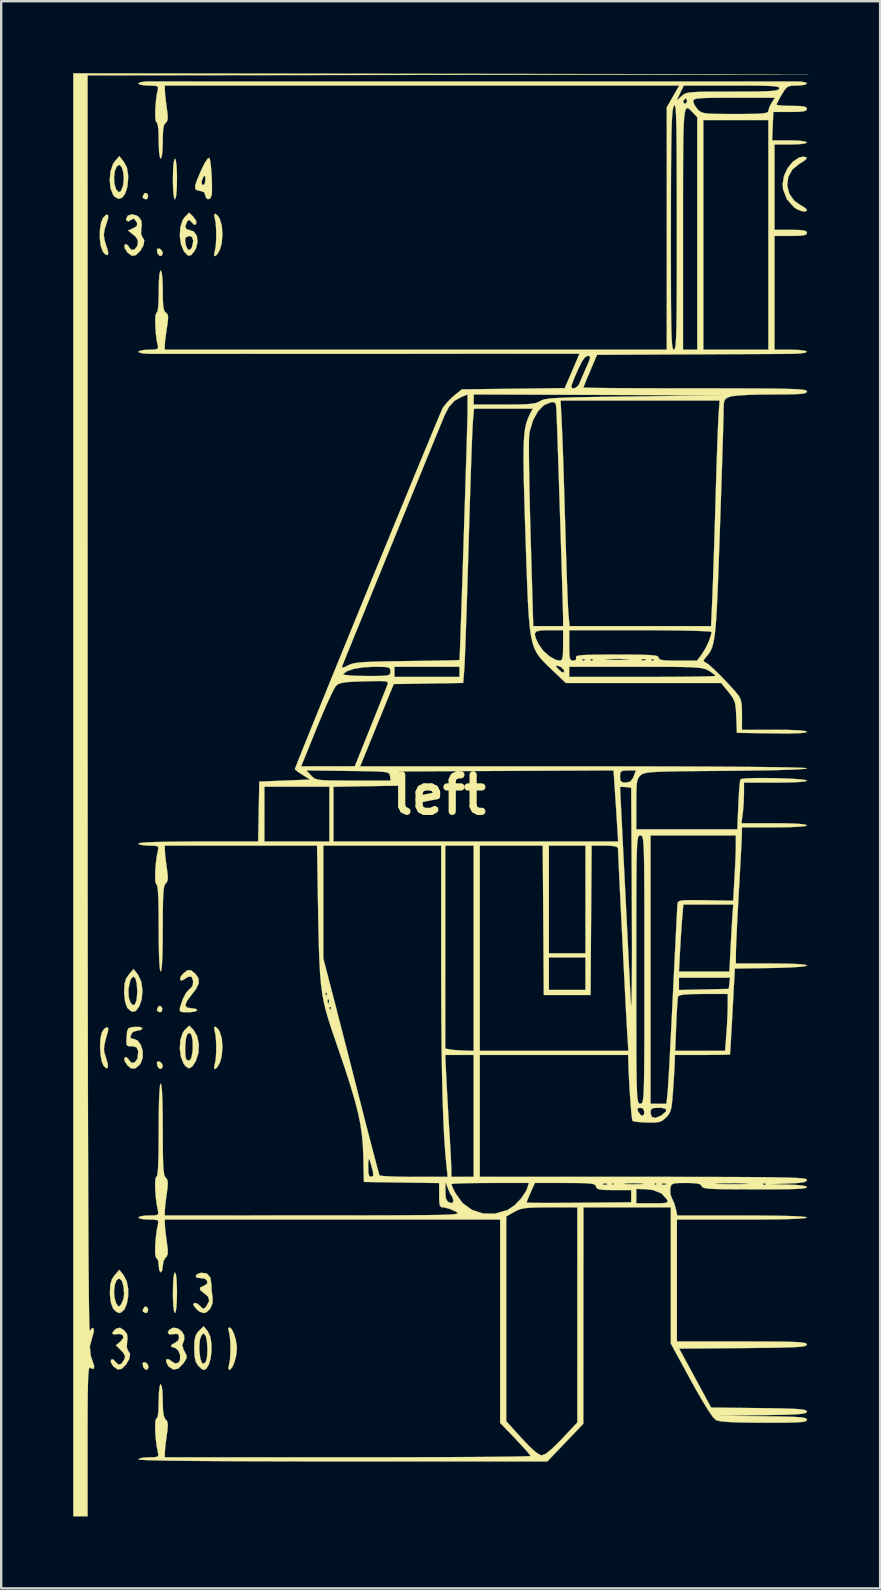
<source format=kicad_pcb>
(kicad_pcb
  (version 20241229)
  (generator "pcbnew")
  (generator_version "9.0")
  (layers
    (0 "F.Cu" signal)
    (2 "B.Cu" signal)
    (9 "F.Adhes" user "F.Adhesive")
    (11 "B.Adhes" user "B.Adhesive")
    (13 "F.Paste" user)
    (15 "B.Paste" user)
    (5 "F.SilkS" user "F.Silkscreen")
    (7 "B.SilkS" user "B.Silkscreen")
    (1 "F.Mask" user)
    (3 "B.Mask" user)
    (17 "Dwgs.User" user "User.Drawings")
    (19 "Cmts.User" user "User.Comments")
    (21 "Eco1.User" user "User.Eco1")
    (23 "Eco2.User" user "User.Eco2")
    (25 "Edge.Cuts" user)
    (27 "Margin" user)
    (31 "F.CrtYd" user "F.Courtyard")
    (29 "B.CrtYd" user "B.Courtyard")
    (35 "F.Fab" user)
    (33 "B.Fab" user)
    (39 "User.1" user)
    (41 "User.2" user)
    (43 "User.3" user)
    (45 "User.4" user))
  (footprint "left"
    (layer "F.Cu")
    (at 15.245 30.062)
    (property "Reference" "left" (at 0 0 0) (layer "F.SilkS") (effects (font (size 1.524 1.524) (thickness 0.3))))
    (attr through_hole)
    (fp_poly (pts (xy -12.176 -25.063) (xy -12.123 -24.956) (xy -12.156 -24.83) (xy -12.234 -24.807) (xy -12.341 -24.868) (xy -12.346 -24.939) (xy -12.273 -25.069) (xy -12.176 -25.063)) (stroke (width 0.01) (type solid)) (fill yes) (layer "F.SilkS"))
    (fp_poly (pts (xy -12.176 21.335) (xy -12.123 21.442) (xy -12.156 21.568) (xy -12.234 21.59) (xy -12.341 21.529) (xy -12.346 21.459) (xy -12.273 21.328) (xy -12.176 21.335)) (stroke (width 0.01) (type solid)) (fill yes) (layer "F.SilkS"))
    (fp_poly (pts (xy -11.584 8.804) (xy -11.531 8.911) (xy -11.564 9.037) (xy -11.642 9.059) (xy -11.749 8.999) (xy -11.754 8.928) (xy -11.68 8.798) (xy -11.584 8.804)) (stroke (width 0.01) (type solid)) (fill yes) (layer "F.SilkS"))
    (fp_poly (pts (xy -12.137 23.733) (xy -12.107 23.839) (xy -12.155 23.947) (xy -12.254 23.936) (xy -12.332 23.83) (xy -12.352 23.691) (xy -12.335 23.652) (xy -12.234 23.641) (xy -12.137 23.733)) (stroke (width 0.01) (type solid)) (fill yes) (layer "F.SilkS"))
    (fp_poly (pts (xy -11.545 -22.664) (xy -11.515 -22.559) (xy -11.562 -22.45) (xy -11.662 -22.461) (xy -11.739 -22.567) (xy -11.759 -22.706) (xy -11.742 -22.745) (xy -11.642 -22.756) (xy -11.545 -22.664)) (stroke (width 0.01) (type solid)) (fill yes) (layer "F.SilkS"))
    (fp_poly (pts (xy -11.545 11.203) (xy -11.515 11.308) (xy -11.562 11.417) (xy -11.662 11.406) (xy -11.739 11.299) (xy -11.759 11.161) (xy -11.742 11.122) (xy -11.642 11.111) (xy -11.545 11.203)) (stroke (width 0.01) (type solid)) (fill yes) (layer "F.SilkS"))
    (fp_poly (pts (xy -10.967 -26.42) (xy -10.939 -26.195) (xy -10.924 -25.849) (xy -10.922 -25.654) (xy -10.93 -25.261) (xy -10.953 -24.976) (xy -10.987 -24.825) (xy -11.007 -24.807) (xy -11.046 -24.888) (xy -11.074 -25.113) (xy -11.09 -25.459) (xy -11.091 -25.654) (xy -11.083 -26.047) (xy -11.061 -26.332) (xy -11.026 -26.483) (xy -11.007 -26.501) (xy -10.967 -26.42)) (stroke (width 0.01) (type solid)) (fill yes) (layer "F.SilkS"))
    (fp_poly (pts (xy -10.967 19.977) (xy -10.939 20.202) (xy -10.924 20.548) (xy -10.922 20.743) (xy -10.93 21.137) (xy -10.953 21.421) (xy -10.987 21.572) (xy -11.007 21.59) (xy -11.046 21.51) (xy -11.074 21.284) (xy -11.09 20.939) (xy -11.091 20.743) (xy -11.083 20.35) (xy -11.061 20.066) (xy -11.026 19.915) (xy -11.007 19.897) (xy -10.967 19.977)) (stroke (width 0.01) (type solid)) (fill yes) (layer "F.SilkS"))
    (fp_poly (pts (xy -9.218 -24.119) (xy -9.143 -24.002) (xy -9.055 -23.714) (xy -9.027 -23.344) (xy -9.061 -22.969) (xy -9.133 -22.712) (xy -9.234 -22.529) (xy -9.326 -22.442) (xy -9.378 -22.461) (xy -9.36 -22.6) (xy -9.35 -22.627) (xy -9.308 -22.852) (xy -9.287 -23.175) (xy -9.289 -23.528) (xy -9.312 -23.841) (xy -9.35 -24.024) (xy -9.376 -24.177) (xy -9.321 -24.207) (xy -9.218 -24.119)) (stroke (width 0.01) (type solid)) (fill yes) (layer "F.SilkS"))
    (fp_poly (pts (xy -9.218 9.748) (xy -9.143 9.865) (xy -9.055 10.152) (xy -9.027 10.522) (xy -9.061 10.898) (xy -9.133 11.155) (xy -9.234 11.337) (xy -9.326 11.425) (xy -9.378 11.405) (xy -9.36 11.267) (xy -9.35 11.239) (xy -9.308 11.015) (xy -9.287 10.692) (xy -9.289 10.339) (xy -9.312 10.026) (xy -9.35 9.842) (xy -9.376 9.69) (xy -9.321 9.659) (xy -9.218 9.748)) (stroke (width 0.01) (type solid)) (fill yes) (layer "F.SilkS"))
    (fp_poly (pts (xy -13.797 -24.157) (xy -13.789 -24.025) (xy -13.848 -23.835) (xy -13.931 -23.576) (xy -13.97 -23.341) (xy -13.97 -23.326) (xy -13.937 -23.098) (xy -13.856 -22.836) (xy -13.848 -22.817) (xy -13.785 -22.597) (xy -13.806 -22.484) (xy -13.894 -22.498) (xy -14.007 -22.623) (xy -14.095 -22.852) (xy -14.137 -23.177) (xy -14.133 -23.529) (xy -14.084 -23.843) (xy -14.007 -24.028) (xy -13.876 -24.165) (xy -13.797 -24.157)) (stroke (width 0.01) (type solid)) (fill yes) (layer "F.SilkS"))
    (fp_poly (pts (xy -8.643 22.259) (xy -8.547 22.453) (xy -8.469 22.715) (xy -8.429 22.996) (xy -8.426 23.072) (xy -8.453 23.348) (xy -8.522 23.621) (xy -8.615 23.839) (xy -8.714 23.954) (xy -8.741 23.961) (xy -8.784 23.894) (xy -8.758 23.77) (xy -8.715 23.546) (xy -8.694 23.222) (xy -8.696 22.87) (xy -8.72 22.557) (xy -8.758 22.373) (xy -8.782 22.222) (xy -8.741 22.183) (xy -8.643 22.259)) (stroke (width 0.01) (type solid)) (fill yes) (layer "F.SilkS"))
    (fp_poly (pts (xy -13.786 9.716) (xy -13.792 9.832) (xy -13.893 10.19) (xy -13.949 10.432) (xy -13.964 10.605) (xy -13.942 10.757) (xy -13.885 10.933) (xy -13.872 10.97) (xy -13.801 11.226) (xy -13.802 11.373) (xy -13.87 11.393) (xy -13.977 11.295) (xy -14.057 11.109) (xy -14.108 10.816) (xy -14.127 10.478) (xy -14.111 10.154) (xy -14.055 9.907) (xy -14.053 9.903) (xy -13.956 9.75) (xy -13.852 9.684) (xy -13.786 9.716)) (stroke (width 0.01) (type solid)) (fill yes) (layer "F.SilkS"))
    (fp_poly (pts (xy 15.305 -26.557) (xy 15.288 -26.477) (xy 15.117 -26.351) (xy 15.007 -26.289) (xy 14.713 -26.048) (xy 14.544 -25.735) (xy 14.502 -25.387) (xy 14.586 -25.046) (xy 14.796 -24.75) (xy 15.01 -24.596) (xy 15.204 -24.477) (xy 15.315 -24.384) (xy 15.324 -24.363) (xy 15.261 -24.301) (xy 15.105 -24.315) (xy 14.908 -24.395) (xy 14.784 -24.476) (xy 14.488 -24.81) (xy 14.33 -25.22) (xy 14.309 -25.442) (xy 14.367 -25.786) (xy 14.52 -26.112) (xy 14.739 -26.38) (xy 14.991 -26.548) (xy 15.167 -26.585) (xy 15.305 -26.557)) (stroke (width 0.01) (type solid)) (fill yes) (layer "F.SilkS"))
    (fp_poly (pts (xy -12.546 7.493) (xy -12.412 7.777) (xy -12.36 8.144) (xy -12.393 8.524) (xy -12.491 8.81) (xy -12.642 9.01) (xy -12.801 9.041) (xy -12.968 8.903) (xy -12.992 8.871) (xy -13.081 8.64) (xy -13.122 8.291) (xy -13.123 8.199) (xy -13.118 8.093) (xy -12.945 8.093) (xy -12.93 8.443) (xy -12.861 8.651) (xy -12.76 8.764) (xy -12.672 8.726) (xy -12.608 8.554) (xy -12.578 8.266) (xy -12.577 8.166) (xy -12.601 7.848) (xy -12.656 7.645) (xy -12.733 7.571) (xy -12.821 7.643) (xy -12.866 7.739) (xy -12.945 8.093) (xy -13.118 8.093) (xy -13.106 7.876) (xy -13.042 7.656) (xy -12.927 7.486) (xy -12.731 7.258) (xy -12.546 7.493)) (stroke (width 0.01) (type solid)) (fill yes) (layer "F.SilkS"))
    (fp_poly (pts (xy -10.233 9.795) (xy -10.082 10.051) (xy -10.012 10.394) (xy -10.029 10.762) (xy -10.134 11.086) (xy -10.286 11.323) (xy -10.42 11.399) (xy -10.556 11.319) (xy -10.641 11.206) (xy -10.758 10.92) (xy -10.793 10.657) (xy -10.581 10.657) (xy -10.567 10.893) (xy -10.53 11.031) (xy -10.525 11.037) (xy -10.412 11.08) (xy -10.326 10.966) (xy -10.274 10.705) (xy -10.265 10.577) (xy -10.269 10.253) (xy -10.311 10.028) (xy -10.382 9.922) (xy -10.474 9.959) (xy -10.497 9.991) (xy -10.544 10.142) (xy -10.573 10.385) (xy -10.581 10.657) (xy -10.793 10.657) (xy -10.804 10.57) (xy -10.78 10.218) (xy -10.688 9.924) (xy -10.604 9.805) (xy -10.414 9.614) (xy -10.233 9.795)) (stroke (width 0.01) (type solid)) (fill yes) (layer "F.SilkS"))
    (fp_poly (pts (xy -9.573 -26.536) (xy -9.538 -26.422) (xy -9.507 -26.185) (xy -9.482 -25.871) (xy -9.467 -25.525) (xy -9.464 -25.194) (xy -9.471 -24.998) (xy -9.528 -24.852) (xy -9.632 -24.81) (xy -9.719 -24.88) (xy -9.737 -24.971) (xy -9.797 -25.107) (xy -9.97 -25.162) (xy -10.1 -25.19) (xy -10.164 -25.257) (xy -10.161 -25.39) (xy -10.105 -25.56) (xy -9.896 -25.56) (xy -9.882 -25.431) (xy -9.821 -25.4) (xy -9.76 -25.473) (xy -9.738 -25.633) (xy -9.751 -25.781) (xy -9.794 -25.776) (xy -9.821 -25.739) (xy -9.896 -25.56) (xy -10.105 -25.56) (xy -10.087 -25.614) (xy -9.941 -25.957) (xy -9.899 -26.05) (xy -9.761 -26.328) (xy -9.647 -26.499) (xy -9.575 -26.538) (xy -9.573 -26.536)) (stroke (width 0.01) (type solid)) (fill yes) (layer "F.SilkS"))
    (fp_poly (pts (xy -13.139 -26.374) (xy -13.008 -26.135) (xy -12.958 -25.824) (xy -12.955 -25.706) (xy -12.989 -25.329) (xy -13.08 -25.045) (xy -13.21 -24.871) (xy -13.365 -24.826) (xy -13.53 -24.927) (xy -13.581 -24.991) (xy -13.69 -25.263) (xy -13.725 -25.615) (xy -13.714 -25.727) (xy -13.543 -25.727) (xy -13.53 -25.461) (xy -13.463 -25.233) (xy -13.458 -25.223) (xy -13.352 -25.105) (xy -13.256 -25.152) (xy -13.175 -25.362) (xy -13.164 -25.408) (xy -13.138 -25.67) (xy -13.16 -25.931) (xy -13.221 -26.14) (xy -13.309 -26.243) (xy -13.329 -26.247) (xy -13.436 -26.172) (xy -13.51 -25.981) (xy -13.543 -25.727) (xy -13.714 -25.727) (xy -13.689 -25.978) (xy -13.585 -26.283) (xy -13.52 -26.381) (xy -13.323 -26.609) (xy -13.139 -26.374)) (stroke (width 0.01) (type solid)) (fill yes) (layer "F.SilkS"))
    (fp_poly (pts (xy -13.139 20.023) (xy -13.015 20.269) (xy -12.955 20.576) (xy -12.955 20.901) (xy -13.01 21.204) (xy -13.114 21.443) (xy -13.261 21.576) (xy -13.335 21.59) (xy -13.467 21.526) (xy -13.584 21.402) (xy -13.673 21.17) (xy -13.714 20.822) (xy -13.716 20.729) (xy -13.713 20.671) (xy -13.542 20.671) (xy -13.527 20.94) (xy -13.459 21.171) (xy -13.451 21.187) (xy -13.371 21.312) (xy -13.303 21.291) (xy -13.239 21.208) (xy -13.154 21.008) (xy -13.124 20.791) (xy -13.152 20.463) (xy -13.223 20.239) (xy -13.328 20.151) (xy -13.335 20.151) (xy -13.441 20.226) (xy -13.512 20.416) (xy -13.542 20.671) (xy -13.713 20.671) (xy -13.699 20.407) (xy -13.635 20.186) (xy -13.52 20.017) (xy -13.323 19.788) (xy -13.139 20.023)) (stroke (width 0.01) (type solid)) (fill yes) (layer "F.SilkS"))
    (fp_poly (pts (xy -13.13 22.303) (xy -13.124 22.309) (xy -13.004 22.461) (xy -12.981 22.652) (xy -12.998 22.784) (xy -13.012 23.02) (xy -12.965 23.149) (xy -12.96 23.153) (xy -12.875 23.293) (xy -12.91 23.507) (xy -13.045 23.738) (xy -13.23 23.918) (xy -13.396 23.941) (xy -13.574 23.808) (xy -13.584 23.797) (xy -13.675 23.642) (xy -13.673 23.536) (xy -13.589 23.513) (xy -13.49 23.617) (xy -13.36 23.739) (xy -13.238 23.702) (xy -13.121 23.532) (xy -13.084 23.393) (xy -13.157 23.25) (xy -13.249 23.15) (xy -13.466 22.933) (xy -13.281 22.783) (xy -13.157 22.623) (xy -13.182 22.502) (xy -13.337 22.46) (xy -13.437 22.476) (xy -13.587 22.478) (xy -13.61 22.402) (xy -13.506 22.281) (xy -13.441 22.235) (xy -13.296 22.201) (xy -13.13 22.303)) (stroke (width 0.01) (type solid)) (fill yes) (layer "F.SilkS"))
    (fp_poly (pts (xy -10.16 7.451) (xy -10.023 7.647) (xy -10.015 7.855) (xy -10.14 8.106) (xy -10.287 8.297) (xy -10.495 8.574) (xy -10.572 8.756) (xy -10.52 8.858) (xy -10.339 8.89) (xy -10.329 8.89) (xy -10.151 8.915) (xy -10.075 8.974) (xy -10.075 8.975) (xy -10.151 9.025) (xy -10.343 9.055) (xy -10.458 9.059) (xy -10.691 9.054) (xy -10.794 9.018) (xy -10.806 8.924) (xy -10.785 8.826) (xy -10.682 8.517) (xy -10.546 8.255) (xy -10.405 8.093) (xy -10.367 8.072) (xy -10.274 7.96) (xy -10.247 7.778) (xy -10.293 7.615) (xy -10.335 7.574) (xy -10.458 7.582) (xy -10.58 7.66) (xy -10.723 7.743) (xy -10.792 7.706) (xy -10.771 7.587) (xy -10.671 7.454) (xy -10.49 7.31) (xy -10.338 7.309) (xy -10.16 7.451)) (stroke (width 0.01) (type solid)) (fill yes) (layer "F.SilkS"))
    (fp_poly (pts (xy -9.677 19.942) (xy -9.532 20.109) (xy -9.488 20.395) (xy -9.477 20.677) (xy -9.438 20.93) (xy -9.438 20.934) (xy -9.438 21.176) (xy -9.533 21.403) (xy -9.69 21.557) (xy -9.81 21.59) (xy -9.985 21.531) (xy -10.105 21.435) (xy -10.212 21.296) (xy -10.245 21.224) (xy -10.191 21.165) (xy -10.069 21.2) (xy -9.94 21.311) (xy -9.937 21.315) (xy -9.841 21.414) (xy -9.762 21.381) (xy -9.694 21.299) (xy -9.58 21.085) (xy -9.622 20.913) (xy -9.779 20.778) (xy -9.953 20.637) (xy -9.968 20.537) (xy -9.825 20.466) (xy -9.814 20.463) (xy -9.672 20.375) (xy -9.659 20.257) (xy -9.757 20.16) (xy -9.939 20.134) (xy -10.105 20.115) (xy -10.143 20.039) (xy -10.057 19.953) (xy -9.916 19.911) (xy -9.677 19.942)) (stroke (width 0.01) (type solid)) (fill yes) (layer "F.SilkS"))
    (fp_poly (pts (xy -9.647 22.34) (xy -9.541 22.555) (xy -9.488 22.846) (xy -9.483 23.17) (xy -9.522 23.486) (xy -9.6 23.75) (xy -9.713 23.92) (xy -9.813 23.961) (xy -9.913 23.904) (xy -10.041 23.782) (xy -10.139 23.624) (xy -10.189 23.393) (xy -10.202 23.065) (xy -10.199 22.953) (xy -9.992 22.953) (xy -9.985 23.23) (xy -9.949 23.482) (xy -9.887 23.656) (xy -9.821 23.707) (xy -9.738 23.639) (xy -9.703 23.573) (xy -9.664 23.37) (xy -9.654 23.09) (xy -9.671 22.805) (xy -9.711 22.583) (xy -9.738 22.521) (xy -9.818 22.437) (xy -9.893 22.504) (xy -9.905 22.521) (xy -9.967 22.699) (xy -9.992 22.953) (xy -10.199 22.953) (xy -10.192 22.746) (xy -10.15 22.541) (xy -10.063 22.393) (xy -10.007 22.333) (xy -9.811 22.14) (xy -9.647 22.34)) (stroke (width 0.01) (type solid)) (fill yes) (layer "F.SilkS"))
    (fp_poly (pts (xy -12.621 -24.144) (xy -12.52 -24.078) (xy -12.408 -23.929) (xy -12.389 -23.73) (xy -12.405 -23.613) (xy -12.419 -23.377) (xy -12.372 -23.248) (xy -12.367 -23.245) (xy -12.283 -23.104) (xy -12.317 -22.891) (xy -12.452 -22.66) (xy -12.638 -22.479) (xy -12.805 -22.456) (xy -12.98 -22.588) (xy -12.983 -22.591) (xy -13.096 -22.762) (xy -13.117 -22.895) (xy -13.048 -22.945) (xy -12.955 -22.877) (xy -12.923 -22.818) (xy -12.82 -22.701) (xy -12.688 -22.72) (xy -12.58 -22.86) (xy -12.562 -22.917) (xy -12.551 -23.103) (xy -12.651 -23.255) (xy -12.733 -23.325) (xy -12.961 -23.507) (xy -12.743 -23.606) (xy -12.595 -23.696) (xy -12.582 -23.802) (xy -12.62 -23.885) (xy -12.717 -24.003) (xy -12.809 -23.97) (xy -12.949 -23.881) (xy -13.03 -23.933) (xy -13.039 -23.997) (xy -12.972 -24.128) (xy -12.812 -24.18) (xy -12.621 -24.144)) (stroke (width 0.01) (type solid)) (fill yes) (layer "F.SilkS"))
    (fp_poly (pts (xy -12.467 9.672) (xy -12.364 9.718) (xy -12.361 9.732) (xy -12.433 9.8) (xy -12.564 9.821) (xy -12.741 9.871) (xy -12.818 9.955) (xy -12.864 10.106) (xy -12.823 10.156) (xy -12.755 10.16) (xy -12.564 10.234) (xy -12.425 10.424) (xy -12.349 10.68) (xy -12.35 10.955) (xy -12.439 11.198) (xy -12.485 11.256) (xy -12.671 11.406) (xy -12.839 11.396) (xy -12.983 11.275) (xy -13.096 11.105) (xy -13.117 10.971) (xy -13.048 10.922) (xy -12.955 10.989) (xy -12.923 11.049) (xy -12.818 11.165) (xy -12.684 11.147) (xy -12.579 11.01) (xy -12.567 10.971) (xy -12.533 10.682) (xy -12.611 10.517) (xy -12.803 10.472) (xy -12.814 10.473) (xy -12.954 10.473) (xy -13.019 10.419) (xy -13.031 10.267) (xy -13.022 10.092) (xy -13 9.851) (xy -12.948 9.731) (xy -12.827 9.684) (xy -12.679 9.668) (xy -12.467 9.672)) (stroke (width 0.01) (type solid)) (fill yes) (layer "F.SilkS"))
    (fp_poly (pts (xy -10.897 22.227) (xy -10.729 22.343) (xy -10.622 22.515) (xy -10.619 22.71) (xy -10.651 22.78) (xy -10.702 22.932) (xy -10.647 23.112) (xy -10.609 23.182) (xy -10.525 23.351) (xy -10.527 23.479) (xy -10.623 23.642) (xy -10.659 23.693) (xy -10.866 23.902) (xy -11.069 23.947) (xy -11.256 23.828) (xy -11.295 23.778) (xy -11.378 23.604) (xy -11.358 23.507) (xy -11.255 23.519) (xy -11.182 23.574) (xy -10.991 23.694) (xy -10.856 23.656) (xy -10.796 23.541) (xy -10.791 23.337) (xy -10.873 23.147) (xy -11.007 23.036) (xy -11.052 23.029) (xy -11.165 22.991) (xy -11.148 22.91) (xy -11.013 22.837) (xy -11.007 22.835) (xy -10.864 22.722) (xy -10.837 22.605) (xy -10.866 22.471) (xy -10.985 22.457) (xy -11.036 22.468) (xy -11.232 22.484) (xy -11.305 22.416) (xy -11.25 22.296) (xy -11.084 22.2) (xy -10.897 22.227)) (stroke (width 0.01) (type solid)) (fill yes) (layer "F.SilkS"))
    (fp_poly (pts (xy -10.234 -24.073) (xy -10.118 -23.903) (xy -10.12 -23.787) (xy -10.196 -23.739) (xy -10.301 -23.839) (xy -10.303 -23.842) (xy -10.402 -23.948) (xy -10.474 -23.915) (xy -10.501 -23.876) (xy -10.578 -23.679) (xy -10.525 -23.561) (xy -10.424 -23.537) (xy -10.218 -23.467) (xy -10.094 -23.286) (xy -10.062 -23.036) (xy -10.133 -22.759) (xy -10.194 -22.65) (xy -10.338 -22.477) (xy -10.463 -22.462) (xy -10.604 -22.605) (xy -10.645 -22.666) (xy -10.759 -22.948) (xy -10.781 -23.121) (xy -10.583 -23.121) (xy -10.554 -22.9) (xy -10.483 -22.737) (xy -10.414 -22.691) (xy -10.33 -22.758) (xy -10.296 -22.825) (xy -10.242 -23.076) (xy -10.295 -23.237) (xy -10.414 -23.283) (xy -10.556 -23.223) (xy -10.583 -23.121) (xy -10.781 -23.121) (xy -10.804 -23.297) (xy -10.78 -23.648) (xy -10.689 -23.941) (xy -10.604 -24.062) (xy -10.414 -24.252) (xy -10.234 -24.073)) (stroke (width 0.01) (type solid)) (fill yes) (layer "F.SilkS"))
    (fp_poly (pts (xy 15.367 -30.015) (xy -14.647 -29.972) (xy -14.645 -3.746) (xy -14.644 -0.943) (xy -14.643 1.693) (xy -14.642 4.162) (xy -14.64 6.467) (xy -14.638 8.608) (xy -14.635 10.588) (xy -14.632 12.408) (xy -14.628 14.069) (xy -14.623 15.574) (xy -14.619 16.922) (xy -14.613 18.117) (xy -14.608 19.16) (xy -14.601 20.051) (xy -14.594 20.794) (xy -14.587 21.389) (xy -14.579 21.837) (xy -14.571 22.141) (xy -14.562 22.302) (xy -14.555 22.329) (xy -14.455 22.213) (xy -14.393 22.234) (xy -14.384 22.362) (xy -14.441 22.563) (xy -14.552 22.974) (xy -14.516 23.366) (xy -14.443 23.575) (xy -14.371 23.804) (xy -14.387 23.918) (xy -14.485 23.901) (xy -14.534 23.865) (xy -14.564 23.863) (xy -14.588 23.923) (xy -14.607 24.058) (xy -14.622 24.283) (xy -14.633 24.611) (xy -14.64 25.056) (xy -14.645 25.634) (xy -14.647 26.357) (xy -14.647 26.914) (xy -14.647 30.057) (xy -15.24 30.057) (xy -15.24 -30.057) (xy 15.367 -30.015)) (stroke (width 0.01) (type solid)) (fill yes) (layer "F.SilkS"))
    (fp_poly (pts (xy 10.519 -29.719) (xy 11.477 -29.719) (xy 12.339 -29.719) (xy 13.094 -29.719) (xy 13.732 -29.719) (xy 14.241 -29.719) (xy 14.609 -29.719) (xy 14.827 -29.719) (xy 14.88 -29.719) (xy 15.129 -29.704) (xy 15.29 -29.666) (xy 15.325 -29.633) (xy 15.249 -29.585) (xy 15.054 -29.554) (xy 14.909 -29.549) (xy 14.659 -29.54) (xy 14.506 -29.487) (xy 14.385 -29.354) (xy 14.274 -29.174) (xy 14.149 -28.952) (xy 14.07 -28.794) (xy 14.055 -28.75) (xy 14.132 -28.727) (xy 14.338 -28.71) (xy 14.63 -28.702) (xy 14.69 -28.702) (xy 15.025 -28.695) (xy 15.221 -28.671) (xy 15.31 -28.624) (xy 15.325 -28.575) (xy 15.293 -28.511) (xy 15.18 -28.472) (xy 14.954 -28.453) (xy 14.624 -28.448) (xy 13.922 -28.448) (xy 13.898 -27.855) (xy 13.874 -27.263) (xy 14.599 -27.263) (xy 14.952 -27.253) (xy 15.202 -27.228) (xy 15.319 -27.189) (xy 15.325 -27.178) (xy 15.245 -27.136) (xy 15.029 -27.107) (xy 14.708 -27.094) (xy 14.647 -27.093) (xy 13.97 -27.093) (xy 13.97 -23.537) (xy 14.647 -23.537) (xy 14.995 -23.531) (xy 15.203 -23.51) (xy 15.303 -23.467) (xy 15.325 -23.41) (xy 15.293 -23.345) (xy 15.177 -23.306) (xy 14.947 -23.287) (xy 14.647 -23.283) (xy 13.97 -23.283) (xy 13.97 -18.542) (xy 14.647 -18.542) (xy 14.983 -18.532) (xy 15.218 -18.505) (xy 15.322 -18.465) (xy 15.325 -18.457) (xy 15.245 -18.416) (xy 15.026 -18.386) (xy 14.697 -18.37) (xy 14.584 -18.369) (xy 14.339 -18.368) (xy 13.946 -18.366) (xy 13.429 -18.363) (xy 12.81 -18.36) (xy 12.111 -18.357) (xy 11.354 -18.353) (xy 10.561 -18.349) (xy 10.211 -18.348) (xy 6.578 -18.33) (xy 6.295 -17.666) (xy 6.166 -17.361) (xy 6.068 -17.121) (xy 6.016 -16.985) (xy 6.011 -16.967) (xy 6.093 -16.961) (xy 6.33 -16.955) (xy 6.705 -16.95) (xy 7.203 -16.945) (xy 7.81 -16.941) (xy 8.509 -16.937) (xy 9.286 -16.935) (xy 10.126 -16.934) (xy 10.668 -16.933) (xy 11.684 -16.933) (xy 12.543 -16.931) (xy 13.259 -16.928) (xy 13.843 -16.924) (xy 14.308 -16.917) (xy 14.668 -16.907) (xy 14.935 -16.895) (xy 15.121 -16.88) (xy 15.24 -16.861) (xy 15.303 -16.838) (xy 15.324 -16.811) (xy 15.325 -16.806) (xy 15.303 -16.76) (xy 15.223 -16.726) (xy 15.063 -16.703) (xy 14.801 -16.689) (xy 14.414 -16.681) (xy 13.881 -16.679) (xy 13.856 -16.679) (xy 13.316 -16.674) (xy 12.84 -16.659) (xy 12.457 -16.635) (xy 12.197 -16.605) (xy 12.12 -16.586) (xy 11.978 -16.529) (xy 11.898 -16.453) (xy 11.861 -16.313) (xy 11.85 -16.065) (xy 11.849 -15.93) (xy 11.845 -15.736) (xy 11.836 -15.391) (xy 11.822 -14.914) (xy 11.804 -14.324) (xy 11.782 -13.638) (xy 11.757 -12.875) (xy 11.73 -12.054) (xy 11.701 -11.193) (xy 11.693 -10.964) (xy 11.657 -9.945) (xy 11.626 -9.08) (xy 11.596 -8.357) (xy 11.568 -7.759) (xy 11.538 -7.273) (xy 11.506 -6.884) (xy 11.469 -6.579) (xy 11.427 -6.342) (xy 11.377 -6.159) (xy 11.319 -6.017) (xy 11.249 -5.9) (xy 11.168 -5.795) (xy 11.109 -5.727) (xy 11.016 -5.602) (xy 11.044 -5.541) (xy 11.091 -5.521) (xy 11.218 -5.437) (xy 11.428 -5.251) (xy 11.696 -4.99) (xy 11.995 -4.681) (xy 12.297 -4.348) (xy 12.34 -4.299) (xy 12.482 -4.124) (xy 12.565 -3.968) (xy 12.603 -3.774) (xy 12.615 -3.488) (xy 12.615 -3.347) (xy 12.615 -2.709) (xy 13.97 -2.709) (xy 14.528 -2.704) (xy 14.946 -2.688) (xy 15.214 -2.663) (xy 15.323 -2.629) (xy 15.325 -2.623) (xy 15.241 -2.588) (xy 14.993 -2.566) (xy 14.585 -2.555) (xy 14.021 -2.557) (xy 13.864 -2.559) (xy 12.404 -2.582) (xy 12.379 -3.25) (xy 12.36 -3.597) (xy 12.324 -3.831) (xy 12.252 -4.011) (xy 12.127 -4.193) (xy 12.051 -4.287) (xy 11.748 -4.657) (xy 8.513 -4.657) (xy 5.277 -4.657) (xy 5.012 -4.911) (xy 5.419 -4.911) (xy 8.467 -4.911) (xy 9.166 -4.912) (xy 9.809 -4.915) (xy 10.377 -4.92) (xy 10.85 -4.927) (xy 11.21 -4.935) (xy 11.438 -4.945) (xy 11.515 -4.954) (xy 11.45 -5.022) (xy 11.289 -5.135) (xy 11.239 -5.166) (xy 11.156 -5.212) (xy 11.059 -5.248) (xy 10.93 -5.277) (xy 10.751 -5.298) (xy 10.503 -5.314) (xy 10.166 -5.324) (xy 9.722 -5.33) (xy 9.152 -5.333) (xy 8.438 -5.334) (xy 8.191 -5.334) (xy 5.419 -5.334) (xy 5.419 -4.911) (xy 5.012 -4.911) (xy 4.713 -5.196) (xy 4.516 -5.385) (xy 4.866 -5.385) (xy 4.876 -5.338) (xy 4.958 -5.243) (xy 5.106 -5.113) (xy 5.199 -5.089) (xy 5.206 -5.177) (xy 5.198 -5.199) (xy 5.086 -5.316) (xy 4.982 -5.362) (xy 4.866 -5.385) (xy 4.516 -5.385) (xy 4.505 -5.395) (xy 4.329 -5.571) (xy 4.182 -5.74) (xy 4.061 -5.916) (xy 3.962 -6.117) (xy 3.884 -6.358) (xy 3.821 -6.655) (xy 3.816 -6.694) (xy 3.981 -6.694) (xy 4.036 -6.499) (xy 4.145 -6.273) (xy 4.333 -6.006) (xy 4.587 -5.776) (xy 4.851 -5.626) (xy 5.016 -5.589) (xy 5.093 -5.61) (xy 5.138 -5.697) (xy 5.159 -5.883) (xy 5.165 -6.202) (xy 5.165 -6.223) (xy 5.165 -6.858) (xy 5.419 -6.858) (xy 5.419 -6.223) (xy 5.423 -5.898) (xy 5.441 -5.707) (xy 5.483 -5.616) (xy 5.558 -5.589) (xy 5.585 -5.588) (xy 5.707 -5.629) (xy 5.706 -5.644) (xy 5.955 -5.644) (xy 5.967 -5.594) (xy 6.011 -5.588) (xy 6.081 -5.619) (xy 6.068 -5.644) (xy 6.294 -5.644) (xy 6.305 -5.594) (xy 6.35 -5.588) (xy 6.396 -5.608) (xy 8.419 -5.608) (xy 8.502 -5.595) (xy 8.612 -5.61) (xy 8.613 -5.639) (xy 8.583 -5.644) (xy 8.834 -5.644) (xy 8.845 -5.594) (xy 8.89 -5.588) (xy 8.96 -5.619) (xy 8.946 -5.644) (xy 8.846 -5.655) (xy 8.834 -5.644) (xy 8.583 -5.644) (xy 8.5 -5.659) (xy 8.451 -5.646) (xy 8.419 -5.608) (xy 6.396 -5.608) (xy 6.42 -5.619) (xy 6.41 -5.638) (xy 6.901 -5.638) (xy 6.949 -5.628) (xy 7.136 -5.621) (xy 7.408 -5.619) (xy 7.714 -5.621) (xy 7.897 -5.629) (xy 7.942 -5.639) (xy 7.856 -5.65) (xy 7.518 -5.663) (xy 7.141 -5.658) (xy 7.009 -5.651) (xy 6.901 -5.638) (xy 6.41 -5.638) (xy 6.406 -5.644) (xy 6.306 -5.655) (xy 6.294 -5.644) (xy 6.068 -5.644) (xy 5.967 -5.655) (xy 5.955 -5.644) (xy 5.706 -5.644) (xy 5.703 -5.715) (xy 5.705 -5.758) (xy 5.762 -5.79) (xy 5.892 -5.813) (xy 6.117 -5.828) (xy 6.457 -5.837) (xy 6.93 -5.841) (xy 7.399 -5.842) (xy 7.993 -5.841) (xy 8.438 -5.835) (xy 8.755 -5.824) (xy 8.963 -5.806) (xy 9.083 -5.78) (xy 9.136 -5.744) (xy 9.144 -5.715) (xy 9.173 -5.654) (xy 9.278 -5.616) (xy 9.489 -5.595) (xy 9.834 -5.588) (xy 9.944 -5.588) (xy 10.744 -5.588) (xy 10.948 -5.863) (xy 11.102 -6.112) (xy 11.238 -6.401) (xy 11.327 -6.663) (xy 11.345 -6.786) (xy 11.264 -6.803) (xy 11.032 -6.818) (xy 10.67 -6.832) (xy 10.195 -6.843) (xy 9.628 -6.851) (xy 8.987 -6.856) (xy 8.382 -6.858) (xy 5.419 -6.858) (xy 5.165 -6.858) (xy 4.572 -6.858) (xy 4.231 -6.848) (xy 4.04 -6.802) (xy 3.981 -6.694) (xy 3.816 -6.694) (xy 3.771 -7.024) (xy 3.732 -7.48) (xy 3.699 -8.039) (xy 3.669 -8.718) (xy 3.639 -9.531) (xy 3.607 -10.496) (xy 3.601 -10.671) (xy 3.568 -11.673) (xy 3.543 -12.522) (xy 3.525 -13.233) (xy 3.517 -13.82) (xy 3.517 -14.3) (xy 3.522 -14.475) (xy 3.739 -14.475) (xy 3.742 -14.023) (xy 3.749 -13.46) (xy 3.76 -12.806) (xy 3.776 -12.081) (xy 3.796 -11.306) (xy 3.81 -10.786) (xy 3.921 -7.027) (xy 5.165 -7.027) (xy 5.165 -7.345) (xy 5.162 -7.492) (xy 5.154 -7.787) (xy 5.142 -8.211) (xy 5.127 -8.742) (xy 5.108 -9.359) (xy 5.087 -10.043) (xy 5.064 -10.772) (xy 5.04 -11.527) (xy 5.015 -12.285) (xy 4.991 -13.027) (xy 4.968 -13.733) (xy 4.946 -14.381) (xy 4.927 -14.95) (xy 4.91 -15.421) (xy 4.897 -15.773) (xy 4.889 -15.984) (xy 4.888 -16.002) (xy 4.868 -16.235) (xy 4.821 -16.341) (xy 4.72 -16.361) (xy 4.657 -16.354) (xy 4.369 -16.234) (xy 4.114 -15.973) (xy 3.91 -15.601) (xy 3.777 -15.146) (xy 3.75 -14.972) (xy 3.742 -14.798) (xy 3.739 -14.475) (xy 3.522 -14.475) (xy 3.527 -14.687) (xy 3.548 -14.998) (xy 3.579 -15.247) (xy 3.621 -15.449) (xy 3.676 -15.621) (xy 3.743 -15.778) (xy 3.78 -15.854) (xy 3.899 -16.087) (xy 1.453 -16.087) (xy 1.406 -15.557) (xy 1.394 -15.372) (xy 1.379 -15.036) (xy 1.36 -14.566) (xy 1.339 -13.98) (xy 1.316 -13.296) (xy 1.291 -12.533) (xy 1.265 -11.708) (xy 1.239 -10.838) (xy 1.228 -10.456) (xy 1.202 -9.57) (xy 1.176 -8.718) (xy 1.151 -7.918) (xy 1.126 -7.188) (xy 1.104 -6.546) (xy 1.084 -6.011) (xy 1.067 -5.602) (xy 1.054 -5.336) (xy 1.05 -5.272) (xy 1.002 -4.661) (xy -1.892 -4.614) (xy -2.592 -2.9) (xy -3.292 -1.185) (xy 6.016 -1.185) (xy 7.551 -1.185) (xy 8.961 -1.182) (xy 10.243 -1.179) (xy 11.392 -1.174) (xy 12.403 -1.168) (xy 13.271 -1.16) (xy 13.993 -1.151) (xy 14.564 -1.142) (xy 14.979 -1.13) (xy 15.234 -1.118) (xy 15.325 -1.105) (xy 15.325 -1.104) (xy 15.242 -1.083) (xy 14.999 -1.063) (xy 14.608 -1.045) (xy 14.077 -1.029) (xy 13.418 -1.016) (xy 12.639 -1.005) (xy 11.947 -0.998) (xy 11.099 -0.992) (xy 10.405 -0.985) (xy 9.847 -0.977) (xy 9.409 -0.968) (xy 9.076 -0.956) (xy 8.831 -0.94) (xy 8.658 -0.92) (xy 8.54 -0.894) (xy 8.461 -0.863) (xy 8.404 -0.824) (xy 8.391 -0.812) (xy 8.316 -0.731) (xy 8.265 -0.625) (xy 8.234 -0.464) (xy 8.219 -0.213) (xy 8.213 0.158) (xy 8.213 0.394) (xy 8.213 1.439) (xy 12.423 1.439) (xy 12.464 0.436) (xy 12.484 0.037) (xy 12.507 -0.3) (xy 12.531 -0.54) (xy 12.552 -0.644) (xy 12.648 -0.67) (xy 12.876 -0.688) (xy 13.201 -0.697) (xy 13.588 -0.698) (xy 14.004 -0.693) (xy 14.415 -0.681) (xy 14.786 -0.663) (xy 15.084 -0.64) (xy 15.274 -0.613) (xy 15.325 -0.589) (xy 15.244 -0.558) (xy 15.015 -0.534) (xy 14.661 -0.517) (xy 14.202 -0.509) (xy 14.012 -0.508) (xy 12.7 -0.508) (xy 12.7 -0.054) (xy 12.689 0.302) (xy 12.661 0.667) (xy 12.646 0.793) (xy 12.592 1.185) (xy 13.958 1.185) (xy 14.501 1.19) (xy 14.918 1.205) (xy 15.195 1.229) (xy 15.319 1.261) (xy 15.325 1.27) (xy 15.242 1.304) (xy 15.004 1.33) (xy 14.623 1.347) (xy 14.113 1.354) (xy 13.97 1.355) (xy 12.615 1.355) (xy 12.613 1.587) (xy 12.608 1.734) (xy 12.595 2.024) (xy 12.574 2.431) (xy 12.547 2.93) (xy 12.516 3.496) (xy 12.488 3.979) (xy 12.454 4.594) (xy 12.423 5.177) (xy 12.398 5.699) (xy 12.378 6.131) (xy 12.366 6.445) (xy 12.363 6.583) (xy 12.361 7.027) (xy 13.843 7.027) (xy 14.395 7.032) (xy 14.833 7.045) (xy 15.141 7.066) (xy 15.303 7.094) (xy 15.325 7.11) (xy 15.243 7.141) (xy 15.01 7.169) (xy 14.643 7.192) (xy 14.159 7.209) (xy 13.822 7.216) (xy 12.319 7.239) (xy 12.223 9.017) (xy 12.194 9.546) (xy 12.167 10.015) (xy 12.145 10.398) (xy 12.128 10.67) (xy 12.118 10.805) (xy 12.117 10.816) (xy 12.034 10.824) (xy 11.812 10.83) (xy 11.484 10.835) (xy 11.08 10.837) (xy 10.964 10.837) (xy 9.821 10.837) (xy 9.816 11.113) (xy 9.808 11.312) (xy 9.79 11.63) (xy 9.766 12.018) (xy 9.747 12.301) (xy 9.715 12.713) (xy 9.681 12.994) (xy 9.635 13.181) (xy 9.568 13.313) (xy 9.47 13.428) (xy 9.456 13.442) (xy 9.315 13.566) (xy 9.168 13.632) (xy 8.958 13.656) (xy 8.668 13.653) (xy 8.375 13.638) (xy 8.154 13.614) (xy 8.056 13.587) (xy 8.035 13.49) (xy 8.009 13.257) (xy 7.992 13.061) (xy 8.26 13.061) (xy 8.273 13.159) (xy 8.297 13.208) (xy 8.401 13.342) (xy 8.47 13.377) (xy 8.536 13.306) (xy 8.545 13.25) (xy 8.805 13.25) (xy 8.86 13.419) (xy 9.009 13.46) (xy 9.233 13.37) (xy 9.294 13.33) (xy 9.453 13.187) (xy 9.45 13.092) (xy 9.285 13.044) (xy 9.144 13.039) (xy 8.926 13.05) (xy 8.829 13.105) (xy 8.805 13.232) (xy 8.805 13.25) (xy 8.545 13.25) (xy 8.551 13.208) (xy 8.492 13.067) (xy 8.379 13.039) (xy 8.26 13.061) (xy 7.992 13.061) (xy 7.98 12.921) (xy 7.951 12.515) (xy 7.923 12.071) (xy 7.9 11.623) (xy 7.884 11.204) (xy 7.881 11.113) (xy 7.874 10.837) (xy 1.693 10.837) (xy 1.693 15.917) (xy 8.509 15.917) (xy 9.757 15.918) (xy 10.846 15.919) (xy 11.787 15.921) (xy 12.589 15.924) (xy 13.264 15.928) (xy 13.822 15.934) (xy 14.273 15.942) (xy 14.628 15.951) (xy 14.897 15.962) (xy 15.09 15.976) (xy 15.219 15.992) (xy 15.293 16.011) (xy 15.323 16.033) (xy 15.325 16.041) (xy 15.289 16.103) (xy 15.165 16.145) (xy 14.926 16.174) (xy 14.544 16.193) (xy 14.541 16.193) (xy 13.758 16.221) (xy 14.541 16.238) (xy 14.903 16.255) (xy 15.17 16.285) (xy 15.31 16.323) (xy 15.325 16.341) (xy 15.3 16.369) (xy 15.217 16.392) (xy 15.059 16.41) (xy 14.812 16.423) (xy 14.46 16.431) (xy 13.99 16.436) (xy 13.384 16.437) (xy 12.63 16.435) (xy 12.361 16.434) (xy 11.835 16.43) (xy 11.454 16.421) (xy 11.197 16.404) (xy 11.04 16.378) (xy 10.961 16.341) (xy 10.937 16.3) (xy 10.884 16.23) (xy 10.789 16.204) (xy 11.493 16.204) (xy 11.523 16.212) (xy 11.695 16.219) (xy 11.996 16.222) (xy 12.192 16.223) (xy 12.554 16.221) (xy 12.793 16.216) (xy 12.895 16.208) (xy 12.852 16.2) (xy 13.49 16.2) (xy 13.502 16.25) (xy 13.547 16.256) (xy 13.616 16.225) (xy 13.603 16.2) (xy 13.503 16.189) (xy 13.49 16.2) (xy 12.852 16.2) (xy 12.847 16.199) (xy 12.764 16.193) (xy 12.347 16.182) (xy 11.887 16.184) (xy 11.62 16.193) (xy 11.493 16.204) (xy 10.789 16.204) (xy 10.742 16.19) (xy 10.479 16.173) (xy 10.291 16.171) (xy 9.972 16.174) (xy 9.784 16.192) (xy 9.687 16.238) (xy 9.644 16.326) (xy 9.628 16.399) (xy 9.634 16.637) (xy 9.695 16.801) (xy 9.792 17.011) (xy 9.862 17.251) (xy 9.919 17.526) (xy 12.622 17.526) (xy 13.45 17.529) (xy 14.134 17.536) (xy 14.668 17.549) (xy 15.048 17.567) (xy 15.268 17.589) (xy 15.325 17.611) (xy 15.241 17.637) (xy 14.993 17.658) (xy 14.586 17.675) (xy 14.025 17.687) (xy 13.315 17.694) (xy 12.615 17.695) (xy 9.906 17.695) (xy 9.906 22.775) (xy 12.615 22.775) (xy 13.373 22.776) (xy 13.979 22.779) (xy 14.448 22.785) (xy 14.797 22.795) (xy 15.042 22.81) (xy 15.201 22.829) (xy 15.289 22.855) (xy 15.323 22.888) (xy 15.325 22.901) (xy 15.305 22.937) (xy 15.237 22.966) (xy 15.102 22.989) (xy 14.884 23.007) (xy 14.567 23.021) (xy 14.135 23.032) (xy 13.57 23.04) (xy 12.856 23.048) (xy 12.662 23.049) (xy 10 23.072) (xy 10.665 24.299) (xy 11.33 25.527) (xy 13.328 25.55) (xy 13.971 25.558) (xy 14.463 25.569) (xy 14.824 25.583) (xy 15.072 25.601) (xy 15.225 25.625) (xy 15.303 25.657) (xy 15.325 25.696) (xy 15.302 25.737) (xy 15.221 25.77) (xy 15.061 25.794) (xy 14.805 25.813) (xy 14.433 25.827) (xy 13.925 25.837) (xy 13.441 25.845) (xy 11.557 25.869) (xy 13.441 25.889) (xy 14.061 25.896) (xy 14.532 25.906) (xy 14.873 25.92) (xy 15.103 25.939) (xy 15.242 25.964) (xy 15.309 25.998) (xy 15.325 26.035) (xy 15.305 26.078) (xy 15.231 26.11) (xy 15.084 26.132) (xy 14.842 26.147) (xy 14.487 26.156) (xy 13.998 26.159) (xy 13.525 26.159) (xy 12.861 26.155) (xy 12.348 26.143) (xy 11.972 26.124) (xy 11.714 26.097) (xy 11.557 26.059) (xy 11.525 26.044) (xy 11.406 25.923) (xy 11.221 25.66) (xy 10.977 25.264) (xy 10.681 24.748) (xy 10.488 24.397) (xy 9.652 22.862) (xy 9.652 20.025) (xy 9.652 17.187) (xy 6.011 17.187) (xy 6.008 21.696) (xy 6.006 26.204) (xy 5.257 26.988) (xy 4.508 27.771) (xy -4.011 27.771) (xy -5.597 27.77) (xy -7.021 27.767) (xy -8.285 27.763) (xy -9.386 27.757) (xy -10.324 27.75) (xy -11.098 27.741) (xy -11.706 27.73) (xy -12.148 27.718) (xy -12.423 27.704) (xy -12.529 27.688) (xy -12.531 27.686) (xy -12.454 27.638) (xy -12.259 27.607) (xy -12.098 27.601) (xy -11.846 27.596) (xy -11.725 27.567) (xy -11.698 27.494) (xy -11.715 27.404) (xy -11.769 27.127) (xy -11.808 26.809) (xy -11.829 26.494) (xy -11.832 26.224) (xy -11.813 26.044) (xy -11.781 25.993) (xy -11.726 25.912) (xy -11.694 25.669) (xy -11.684 25.273) (xy -11.675 24.923) (xy -11.649 24.674) (xy -11.61 24.558) (xy -11.599 24.553) (xy -11.558 24.633) (xy -11.528 24.85) (xy -11.515 25.173) (xy -11.515 25.242) (xy -11.505 25.627) (xy -11.472 25.872) (xy -11.413 26.004) (xy -11.39 26.026) (xy -11.325 26.108) (xy -11.303 26.249) (xy -11.321 26.492) (xy -11.346 26.67) (xy -11.388 26.987) (xy -11.418 27.261) (xy -11.428 27.411) (xy -11.43 27.601) (xy -3.81 27.601) (xy -2.69 27.601) (xy -1.62 27.599) (xy -0.611 27.596) (xy 0.324 27.593) (xy 1.174 27.588) (xy 1.926 27.583) (xy 2.57 27.577) (xy 3.091 27.57) (xy 3.48 27.563) (xy 3.724 27.555) (xy 3.81 27.547) (xy 3.81 27.547) (xy 3.755 27.468) (xy 3.606 27.294) (xy 3.387 27.054) (xy 3.175 26.829) (xy 2.54 26.164) (xy 2.54 26.095) (xy 2.794 26.095) (xy 3.439 26.806) (xy 3.782 27.166) (xy 4.038 27.397) (xy 4.218 27.505) (xy 4.277 27.517) (xy 4.436 27.455) (xy 4.677 27.266) (xy 5.006 26.945) (xy 5.114 26.832) (xy 5.757 26.148) (xy 5.757 17.187) (xy 4.61 17.187) (xy 4.136 17.19) (xy 3.795 17.201) (xy 3.553 17.224) (xy 3.375 17.264) (xy 3.223 17.327) (xy 3.129 17.378) (xy 2.795 17.568) (xy 2.794 26.095) (xy 2.54 26.095) (xy 2.54 17.695) (xy -11.43 17.695) (xy -11.428 17.886) (xy -11.415 18.068) (xy -11.383 18.352) (xy -11.346 18.627) (xy -11.307 18.938) (xy -11.308 19.127) (xy -11.351 19.234) (xy -11.39 19.271) (xy -11.479 19.417) (xy -11.515 19.631) (xy -11.538 19.814) (xy -11.595 19.896) (xy -11.599 19.897) (xy -11.655 19.822) (xy -11.683 19.639) (xy -11.684 19.6) (xy -11.708 19.402) (xy -11.769 19.306) (xy -11.781 19.304) (xy -11.818 19.227) (xy -11.833 19.027) (xy -11.827 18.745) (xy -11.802 18.426) (xy -11.76 18.113) (xy -11.715 17.893) (xy -11.698 17.777) (xy -11.747 17.718) (xy -11.9 17.698) (xy -12.098 17.695) (xy -12.343 17.68) (xy -12.499 17.642) (xy -12.531 17.611) (xy -12.454 17.563) (xy -12.259 17.532) (xy -12.098 17.526) (xy -11.846 17.521) (xy -11.725 17.491) (xy -11.698 17.419) (xy -11.715 17.328) (xy -11.769 17.051) (xy -11.808 16.734) (xy -11.829 16.418) (xy -11.832 16.149) (xy -11.813 15.968) (xy -11.781 15.917) (xy -11.747 15.862) (xy -11.721 15.689) (xy -11.702 15.387) (xy -11.691 14.944) (xy -11.685 14.35) (xy -11.684 13.97) (xy -11.68 13.291) (xy -11.67 12.748) (xy -11.652 12.351) (xy -11.629 12.106) (xy -11.599 12.023) (xy -11.599 12.023) (xy -11.57 12.106) (xy -11.546 12.35) (xy -11.529 12.747) (xy -11.518 13.288) (xy -11.515 13.94) (xy -11.513 14.576) (xy -11.507 15.063) (xy -11.496 15.42) (xy -11.478 15.669) (xy -11.453 15.828) (xy -11.418 15.919) (xy -11.39 15.95) (xy -11.325 16.032) (xy -11.303 16.174) (xy -11.321 16.417) (xy -11.346 16.595) (xy -11.388 16.912) (xy -11.418 17.185) (xy -11.428 17.335) (xy -11.43 17.526) (xy -5.228 17.522) (xy -4.056 17.522) (xy -3.043 17.521) (xy -2.176 17.519) (xy -1.447 17.517) (xy -0.844 17.513) (xy -0.355 17.508) (xy 0.029 17.502) (xy 0.32 17.493) (xy 0.529 17.482) (xy 0.666 17.468) (xy 0.743 17.451) (xy 0.77 17.431) (xy 0.758 17.407) (xy 0.718 17.379) (xy 0.677 17.357) (xy 0.435 17.249) (xy 0.22 17.193) (xy 0.191 17.191) (xy 0.084 17.175) (xy 0.027 17.105) (xy 0.004 16.941) (xy 0 16.681) (xy 0 16.524) (xy 0.26 16.524) (xy 0.278 16.801) (xy 0.355 16.95) (xy 0.512 17.009) (xy 0.529 17.011) (xy 0.587 16.95) (xy 0.593 16.905) (xy 0.55 16.756) (xy 0.529 16.73) (xy 0.458 16.613) (xy 0.372 16.413) (xy 0.366 16.398) (xy 0.299 16.217) (xy 0.508 16.217) (xy 0.543 16.314) (xy 0.632 16.504) (xy 0.677 16.593) (xy 0.974 17.005) (xy 1.365 17.291) (xy 1.823 17.442) (xy 2.32 17.45) (xy 2.826 17.305) (xy 2.873 17.284) (xy 3.153 17.09) (xy 3.222 17.018) (xy 8.213 17.018) (xy 8.893 17.018) (xy 9.228 17.016) (xy 9.423 17.003) (xy 9.509 16.972) (xy 9.513 16.913) (xy 9.483 16.849) (xy 9.259 16.604) (xy 8.906 16.466) (xy 8.615 16.433) (xy 8.213 16.418) (xy 8.213 17.018) (xy 3.222 17.018) (xy 3.253 16.986) (xy 3.641 16.986) (xy 3.722 16.993) (xy 3.95 16.999) (xy 4.302 17.002) (xy 4.757 17.002) (xy 5.292 17) (xy 5.821 16.996) (xy 8.001 16.976) (xy 8.001 16.468) (xy 7.283 16.468) (xy 6.927 16.463) (xy 6.707 16.445) (xy 6.59 16.407) (xy 6.541 16.341) (xy 6.536 16.32) (xy 6.51 16.262) (xy 6.465 16.236) (xy 6.81 16.236) (xy 6.893 16.249) (xy 7.003 16.234) (xy 7.004 16.214) (xy 7.197 16.214) (xy 7.239 16.256) (xy 7.281 16.214) (xy 7.276 16.208) (xy 7.681 16.208) (xy 7.744 16.22) (xy 7.946 16.226) (xy 8.086 16.227) (xy 8.354 16.224) (xy 8.497 16.215) (xy 8.498 16.214) (xy 8.975 16.214) (xy 9.017 16.256) (xy 9.037 16.236) (xy 9.265 16.236) (xy 9.349 16.249) (xy 9.458 16.234) (xy 9.46 16.205) (xy 9.346 16.185) (xy 9.297 16.198) (xy 9.265 16.236) (xy 9.037 16.236) (xy 9.059 16.214) (xy 9.017 16.171) (xy 8.975 16.214) (xy 8.498 16.214) (xy 8.499 16.201) (xy 8.448 16.194) (xy 8.147 16.181) (xy 7.818 16.19) (xy 7.77 16.194) (xy 7.681 16.208) (xy 7.276 16.208) (xy 7.239 16.171) (xy 7.197 16.214) (xy 7.004 16.214) (xy 7.004 16.205) (xy 6.891 16.185) (xy 6.842 16.198) (xy 6.81 16.236) (xy 6.465 16.236) (xy 6.44 16.221) (xy 6.303 16.195) (xy 6.071 16.18) (xy 5.72 16.173) (xy 5.247 16.171) (xy 3.987 16.171) (xy 3.814 16.563) (xy 3.715 16.793) (xy 3.652 16.949) (xy 3.641 16.986) (xy 3.253 16.986) (xy 3.422 16.808) (xy 3.624 16.502) (xy 3.68 16.362) (xy 3.737 16.171) (xy 2.122 16.171) (xy 1.62 16.174) (xy 1.182 16.18) (xy 0.833 16.19) (xy 0.6 16.202) (xy 0.508 16.216) (xy 0.508 16.217) (xy 0.299 16.217) (xy 0.267 16.129) (xy 0.26 16.524) (xy 0 16.524) (xy 0 16.175) (xy -3.134 16.129) (xy -3.15 15.473) (xy -2.956 15.473) (xy -2.949 15.744) (xy -2.91 15.881) (xy -2.835 15.917) (xy -2.749 15.876) (xy -2.754 15.729) (xy -2.764 15.684) (xy -2.848 15.36) (xy -2.903 15.194) (xy -2.935 15.18) (xy -2.951 15.311) (xy -2.956 15.473) (xy -3.15 15.473) (xy -3.16 15.028) (xy -3.179 14.585) (xy -3.218 14.159) (xy -3.282 13.726) (xy -3.376 13.264) (xy -3.508 12.749) (xy -3.682 12.156) (xy -3.904 11.462) (xy -4.181 10.644) (xy -4.304 10.287) (xy -4.467 9.812) (xy -4.601 9.398) (xy -4.711 9.023) (xy -4.744 8.89) (xy -4.572 8.89) (xy -4.541 8.96) (xy -4.516 8.946) (xy -4.505 8.846) (xy -4.516 8.834) (xy -4.566 8.845) (xy -4.572 8.89) (xy -4.744 8.89) (xy -4.799 8.663) (xy -4.814 8.587) (xy -4.65 8.587) (xy -4.634 8.696) (xy -4.606 8.698) (xy -4.585 8.584) (xy -4.599 8.535) (xy -4.636 8.503) (xy -4.65 8.587) (xy -4.814 8.587) (xy -4.868 8.297) (xy -4.741 8.297) (xy -4.71 8.367) (xy -4.685 8.354) (xy -4.675 8.253) (xy -4.685 8.241) (xy -4.735 8.253) (xy -4.741 8.297) (xy -4.868 8.297) (xy -4.868 8.296) (xy -4.921 7.9) (xy -4.96 7.45) (xy -4.989 6.926) (xy -5.011 6.303) (xy -5.029 5.559) (xy -5.045 4.672) (xy -5.047 4.551) (xy -5.087 2.117) (xy -4.826 2.117) (xy -4.825 4.466) (xy -4.825 6.816) (xy -4.441 8.297) (xy -4.325 8.742) (xy -4.177 9.319) (xy -4.003 9.996) (xy -3.812 10.74) (xy -3.613 11.519) (xy -3.413 12.301) (xy -3.289 12.785) (xy -3.114 13.472) (xy -2.95 14.107) (xy -2.803 14.672) (xy -2.678 15.148) (xy -2.58 15.516) (xy -2.514 15.757) (xy -2.484 15.854) (xy -2.484 15.854) (xy -2.391 15.875) (xy -2.157 15.893) (xy -1.811 15.907) (xy -1.384 15.915) (xy -1.045 15.917) (xy 0.355 15.917) (xy 0.303 15.431) (xy 0.253 14.878) (xy 0.209 14.232) (xy 0.173 13.483) (xy 0.143 12.621) (xy 0.12 11.635) (xy 0.108 10.837) (xy 0.253 10.837) (xy 0.301 11.832) (xy 0.326 12.309) (xy 0.357 12.884) (xy 0.392 13.487) (xy 0.426 14.049) (xy 0.429 14.083) (xy 0.457 14.552) (xy 0.481 14.983) (xy 0.498 15.338) (xy 0.507 15.577) (xy 0.508 15.628) (xy 0.508 15.917) (xy 1.439 15.917) (xy 1.439 10.837) (xy 0.253 10.837) (xy 0.108 10.837) (xy 0.103 10.516) (xy 0.092 9.252) (xy 0.086 7.834) (xy 0.085 7.091) (xy 0.085 2.117) (xy 0.254 2.117) (xy 0.254 10.572) (xy 0.445 10.608) (xy 0.645 10.633) (xy 0.925 10.652) (xy 1.037 10.656) (xy 1.439 10.668) (xy 1.439 2.117) (xy 1.693 2.117) (xy 1.693 10.668) (xy 7.884 10.668) (xy 7.833 9.885) (xy 7.82 9.665) (xy 7.801 9.311) (xy 7.776 8.844) (xy 7.747 8.285) (xy 7.715 7.656) (xy 7.68 6.978) (xy 7.645 6.273) (xy 7.609 5.563) (xy 7.575 4.868) (xy 7.542 4.21) (xy 7.513 3.611) (xy 7.489 3.093) (xy 7.469 2.675) (xy 7.456 2.381) (xy 7.451 2.231) (xy 7.451 2.223) (xy 7.384 2.159) (xy 7.175 2.125) (xy 6.901 2.117) (xy 6.352 2.117) (xy 6.308 8.34) (xy 4.36 8.34) (xy 4.349 6.773) (xy 4.572 6.773) (xy 4.572 8.128) (xy 6.096 8.128) (xy 6.096 6.773) (xy 4.572 6.773) (xy 4.349 6.773) (xy 4.316 2.117) (xy 4.572 2.117) (xy 4.572 6.604) (xy 6.096 6.604) (xy 6.096 2.117) (xy 4.572 2.117) (xy 4.316 2.117) (xy 1.693 2.117) (xy 1.439 2.117) (xy 0.254 2.117) (xy 0.085 2.117) (xy -4.826 2.117) (xy -5.087 2.117) (xy -11.43 2.117) (xy -11.428 2.307) (xy -11.415 2.49) (xy -11.383 2.773) (xy -11.346 3.048) (xy -11.307 3.36) (xy -11.308 3.548) (xy -11.351 3.655) (xy -11.39 3.692) (xy -11.432 3.751) (xy -11.465 3.867) (xy -11.487 4.061) (xy -11.502 4.354) (xy -11.511 4.767) (xy -11.514 5.32) (xy -11.515 5.576) (xy -11.519 6.221) (xy -11.53 6.731) (xy -11.549 7.097) (xy -11.574 7.311) (xy -11.599 7.366) (xy -11.63 7.283) (xy -11.654 7.039) (xy -11.671 6.645) (xy -11.681 6.107) (xy -11.684 5.546) (xy -11.687 4.89) (xy -11.696 4.392) (xy -11.713 4.041) (xy -11.737 3.824) (xy -11.769 3.731) (xy -11.781 3.725) (xy -11.818 3.649) (xy -11.833 3.448) (xy -11.827 3.167) (xy -11.802 2.847) (xy -11.76 2.534) (xy -11.715 2.314) (xy -11.698 2.198) (xy -11.747 2.14) (xy -11.9 2.119) (xy -12.098 2.117) (xy -12.343 2.102) (xy -12.499 2.064) (xy -12.531 2.032) (xy -12.447 2.005) (xy -12.2 1.983) (xy -11.795 1.966) (xy -11.238 1.955) (xy -10.535 1.948) (xy -10.035 1.947) (xy -7.54 1.947) (xy -7.516 0.699) (xy -7.497 -0.339) (xy -7.281 -0.339) (xy -7.281 1.947) (xy -4.572 1.947) (xy -4.572 -0.334) (xy -4.403 -0.334) (xy -4.403 1.947) (xy 7.457 1.947) (xy 7.409 1.164) (xy 7.38 0.702) (xy 7.347 0.196) (xy 7.317 -0.255) (xy 7.313 -0.318) (xy 7.313 -0.323) (xy 7.536 -0.323) (xy 7.54 -0.236) (xy 7.552 0.004) (xy 7.571 0.381) (xy 7.596 0.878) (xy 7.626 1.48) (xy 7.66 2.17) (xy 7.699 2.931) (xy 7.74 3.748) (xy 7.747 3.895) (xy 7.789 4.734) (xy 7.829 5.533) (xy 7.866 6.273) (xy 7.899 6.937) (xy 7.927 7.505) (xy 7.95 7.96) (xy 7.965 8.284) (xy 7.974 8.458) (xy 7.974 8.467) (xy 7.987 8.702) (xy 7.999 8.775) (xy 8.009 8.695) (xy 8.017 8.469) (xy 8.024 8.104) (xy 8.029 7.609) (xy 8.03 7.281) (xy 8.213 7.281) (xy 8.213 8.39) (xy 8.213 9.342) (xy 8.215 10.148) (xy 8.217 10.821) (xy 8.221 11.372) (xy 8.227 11.815) (xy 8.235 12.16) (xy 8.245 12.421) (xy 8.259 12.608) (xy 8.276 12.734) (xy 8.297 12.811) (xy 8.321 12.852) (xy 8.351 12.867) (xy 8.382 12.869) (xy 8.416 12.866) (xy 8.444 12.85) (xy 8.469 12.807) (xy 8.489 12.727) (xy 8.506 12.597) (xy 8.519 12.405) (xy 8.53 12.139) (xy 8.538 11.787) (xy 8.543 11.337) (xy 8.547 10.777) (xy 8.55 10.095) (xy 8.551 9.278) (xy 8.551 8.316) (xy 8.551 7.281) (xy 8.551 6.173) (xy 8.551 5.221) (xy 8.549 4.415) (xy 8.547 3.742) (xy 8.543 3.19) (xy 8.537 2.748) (xy 8.529 2.402) (xy 8.519 2.142) (xy 8.505 1.955) (xy 8.488 1.828) (xy 8.467 1.751) (xy 8.443 1.711) (xy 8.413 1.696) (xy 8.382 1.693) (xy 8.805 1.693) (xy 8.805 12.869) (xy 9.47 12.869) (xy 9.517 12.425) (xy 9.531 12.246) (xy 9.551 11.918) (xy 9.578 11.462) (xy 9.609 10.897) (xy 9.621 10.668) (xy 9.832 10.668) (xy 11.913 10.668) (xy 11.967 9.97) (xy 11.994 9.562) (xy 12.014 9.145) (xy 12.022 8.804) (xy 12.022 8.784) (xy 12.023 8.297) (xy 11.004 8.297) (xy 10.532 8.303) (xy 10.211 8.321) (xy 10.024 8.354) (xy 9.953 8.402) (xy 9.953 8.403) (xy 9.937 8.524) (xy 9.918 8.779) (xy 9.897 9.13) (xy 9.878 9.543) (xy 9.876 9.588) (xy 9.832 10.668) (xy 9.621 10.668) (xy 9.643 10.243) (xy 9.68 9.521) (xy 9.718 8.752) (xy 9.738 8.34) (xy 9.773 7.62) (xy 9.991 7.62) (xy 9.991 8.133) (xy 11.028 8.109) (xy 12.065 8.086) (xy 12.092 7.853) (xy 12.119 7.62) (xy 9.991 7.62) (xy 9.773 7.62) (xy 9.776 7.566) (xy 9.785 7.366) (xy 9.99 7.366) (xy 12.091 7.366) (xy 12.143 6.371) (xy 12.166 5.931) (xy 12.19 5.511) (xy 12.211 5.164) (xy 12.223 4.974) (xy 12.252 4.572) (xy 10.173 4.572) (xy 10.128 5.101) (xy 10.103 5.426) (xy 10.074 5.85) (xy 10.047 6.301) (xy 10.036 6.498) (xy 9.99 7.366) (xy 9.785 7.366) (xy 9.811 6.841) (xy 9.844 6.183) (xy 9.873 5.61) (xy 9.897 5.141) (xy 9.915 4.793) (xy 9.927 4.586) (xy 9.931 4.537) (xy 9.948 4.472) (xy 10.002 4.428) (xy 10.119 4.402) (xy 10.326 4.389) (xy 10.649 4.388) (xy 11.099 4.394) (xy 12.25 4.414) (xy 12.305 3.456) (xy 12.328 3.022) (xy 12.347 2.607) (xy 12.358 2.266) (xy 12.361 2.095) (xy 12.361 1.693) (xy 8.805 1.693) (xy 8.382 1.693) (xy 8.348 1.696) (xy 8.32 1.713) (xy 8.295 1.755) (xy 8.275 1.836) (xy 8.258 1.966) (xy 8.245 2.158) (xy 8.234 2.424) (xy 8.226 2.776) (xy 8.221 3.226) (xy 8.217 3.786) (xy 8.214 4.468) (xy 8.213 5.284) (xy 8.213 6.247) (xy 8.213 7.281) (xy 8.03 7.281) (xy 8.032 6.992) (xy 8.033 6.259) (xy 8.031 5.42) (xy 8.028 4.481) (xy 8.025 3.81) (xy 8.001 -0.296) (xy 7.768 -0.323) (xy 7.6 -0.334) (xy 7.536 -0.323) (xy 7.313 -0.323) (xy 7.283 -0.762) (xy 7.535 -0.762) (xy 7.557 -0.582) (xy 7.655 -0.515) (xy 7.771 -0.508) (xy 7.96 -0.549) (xy 8.077 -0.701) (xy 8.102 -0.762) (xy 8.198 -1.016) (xy 7.867 -1.016) (xy 7.653 -1.005) (xy 7.559 -0.948) (xy 7.536 -0.808) (xy 7.535 -0.762) (xy 7.283 -0.762) (xy 7.266 -1.017) (xy 2.808 -0.996) (xy -1.651 -0.974) (xy -1.66 -0.381) (xy -3.031 -0.358) (xy -4.403 -0.334) (xy -4.572 -0.334) (xy -4.572 -0.339) (xy -7.281 -0.339) (xy -7.497 -0.339) (xy -7.493 -0.55) (xy -6.435 -0.593) (xy -5.376 -0.635) (xy -5.694 -0.832) (xy -5.886 -0.96) (xy -5.957 -1.017) (xy -5.534 -1.017) (xy -5.334 -0.805) (xy -5.26 -0.73) (xy -5.181 -0.675) (xy -5.072 -0.638) (xy -4.907 -0.614) (xy -4.66 -0.6) (xy -4.306 -0.594) (xy -3.818 -0.593) (xy -3.578 -0.593) (xy -2.02 -0.593) (xy -2.047 -0.783) (xy -2.06 -0.847) (xy -2.094 -0.895) (xy -2.169 -0.93) (xy -2.308 -0.954) (xy -2.533 -0.97) (xy -2.867 -0.981) (xy -3.33 -0.989) (xy -3.804 -0.995) (xy -5.534 -1.017) (xy -5.957 -1.017) (xy -5.999 -1.05) (xy -6.011 -1.068) (xy -5.98 -1.156) (xy -5.969 -1.185) (xy -5.748 -1.185) (xy -4.631 -1.186) (xy -3.514 -1.188) (xy -2.859 -2.816) (xy -2.659 -3.315) (xy -2.478 -3.768) (xy -2.327 -4.147) (xy -2.215 -4.428) (xy -2.155 -4.585) (xy -2.149 -4.601) (xy -2.136 -4.666) (xy -2.169 -4.708) (xy -2.275 -4.732) (xy -2.48 -4.74) (xy -2.811 -4.735) (xy -3.119 -4.728) (xy -3.562 -4.712) (xy -3.869 -4.691) (xy -4.072 -4.659) (xy -4.202 -4.611) (xy -4.293 -4.541) (xy -4.303 -4.53) (xy -4.383 -4.401) (xy -4.512 -4.142) (xy -4.679 -3.779) (xy -4.87 -3.339) (xy -5.074 -2.85) (xy -5.105 -2.773) (xy -5.748 -1.185) (xy -5.969 -1.185) (xy -5.889 -1.388) (xy -5.745 -1.749) (xy -5.553 -2.228) (xy -5.317 -2.811) (xy -5.044 -3.484) (xy -4.739 -4.235) (xy -4.417 -5.025) (xy -4.003 -5.025) (xy -3.942 -4.997) (xy -3.742 -4.974) (xy -3.435 -4.957) (xy -3.052 -4.95) (xy -3.04 -4.95) (xy -2.614 -4.95) (xy -2.329 -4.956) (xy -2.156 -4.974) (xy -2.068 -5.009) (xy -2.036 -5.067) (xy -2.032 -5.141) (xy -2.042 -5.237) (xy -2.093 -5.294) (xy -2.221 -5.323) (xy -2.461 -5.333) (xy -2.712 -5.334) (xy -1.863 -5.334) (xy -1.863 -4.911) (xy 0.847 -4.911) (xy 0.847 -5.334) (xy -1.863 -5.334) (xy -2.712 -5.334) (xy -3.17 -5.31) (xy -3.562 -5.244) (xy -3.852 -5.144) (xy -4.003 -5.025) (xy -4.417 -5.025) (xy -4.406 -5.051) (xy -4.282 -5.355) (xy -4.042 -5.355) (xy -4.041 -5.292) (xy -3.941 -5.318) (xy -3.801 -5.389) (xy -3.696 -5.438) (xy -3.566 -5.476) (xy -3.39 -5.505) (xy -3.146 -5.527) (xy -2.812 -5.544) (xy -2.366 -5.556) (xy -1.786 -5.566) (xy -1.333 -5.572) (xy -0.746 -5.58) (xy -0.218 -5.588) (xy 0.228 -5.596) (xy 0.569 -5.603) (xy 0.783 -5.61) (xy 0.849 -5.614) (xy 0.855 -5.72) (xy 0.865 -5.977) (xy 0.879 -6.368) (xy 0.897 -6.873) (xy 0.918 -7.476) (xy 0.941 -8.157) (xy 0.966 -8.899) (xy 0.992 -9.685) (xy 1.018 -10.495) (xy 1.044 -11.312) (xy 1.07 -12.118) (xy 1.094 -12.895) (xy 1.117 -13.624) (xy 1.138 -14.289) (xy 1.155 -14.869) (xy 1.169 -15.349) (xy 1.178 -15.708) (xy 1.183 -15.931) (xy 1.184 -15.979) (xy 1.184 -16.256) (xy 1.439 -16.256) (xy 2.712 -16.256) (xy 3.224 -16.259) (xy 3.596 -16.27) (xy 3.857 -16.291) (xy 4.037 -16.325) (xy 4.165 -16.377) (xy 4.211 -16.404) (xy 4.251 -16.425) (xy 5.06 -16.425) (xy 5.112 -15.388) (xy 5.127 -15.057) (xy 5.145 -14.584) (xy 5.166 -13.997) (xy 5.188 -13.324) (xy 5.211 -12.594) (xy 5.234 -11.833) (xy 5.252 -11.218) (xy 5.273 -10.482) (xy 5.295 -9.777) (xy 5.317 -9.128) (xy 5.338 -8.558) (xy 5.357 -8.089) (xy 5.373 -7.745) (xy 5.385 -7.556) (xy 5.432 -7.027) (xy 11.328 -7.027) (xy 11.379 -8.149) (xy 11.394 -8.508) (xy 11.412 -9.006) (xy 11.433 -9.615) (xy 11.456 -10.303) (xy 11.479 -11.041) (xy 11.502 -11.801) (xy 11.515 -12.277) (xy 11.537 -13.002) (xy 11.558 -13.697) (xy 11.58 -14.338) (xy 11.6 -14.901) (xy 11.618 -15.362) (xy 11.633 -15.697) (xy 11.643 -15.854) (xy 11.685 -16.425) (xy 5.06 -16.425) (xy 4.251 -16.425) (xy 4.279 -16.44) (xy 4.373 -16.471) (xy 4.508 -16.496) (xy 4.701 -16.517) (xy 4.967 -16.534) (xy 5.321 -16.548) (xy 5.779 -16.561) (xy 6.356 -16.572) (xy 7.068 -16.583) (xy 7.931 -16.594) (xy 8.124 -16.596) (xy 11.811 -16.641) (xy 6.625 -16.66) (xy 1.439 -16.679) (xy 1.439 -16.256) (xy 1.184 -16.256) (xy 1.185 -16.675) (xy 0.953 -16.587) (xy 0.641 -16.417) (xy 0.405 -16.155) (xy 0.236 -15.833) (xy 0.183 -15.705) (xy 0.073 -15.438) (xy -0.088 -15.046) (xy -0.293 -14.547) (xy -0.534 -13.957) (xy -0.806 -13.293) (xy -1.102 -12.57) (xy -1.414 -11.806) (xy -1.736 -11.017) (xy -2.062 -10.219) (xy -2.385 -9.428) (xy -2.697 -8.662) (xy -2.993 -7.936) (xy -3.265 -7.268) (xy -3.508 -6.673) (xy -3.713 -6.168) (xy -3.875 -5.769) (xy -3.986 -5.494) (xy -4.041 -5.357) (xy -4.042 -5.355) (xy -4.282 -5.355) (xy -4.053 -5.917) (xy -3.683 -6.822) (xy -3.303 -7.752) (xy -2.918 -8.693) (xy -2.532 -9.634) (xy -2.153 -10.559) (xy -1.784 -11.457) (xy -1.431 -12.314) (xy -1.1 -13.117) (xy -0.797 -13.853) (xy -0.525 -14.509) (xy -0.292 -15.071) (xy -0.102 -15.526) (xy 0.039 -15.862) (xy 0.127 -16.065) (xy 0.153 -16.12) (xy 0.309 -16.325) (xy 0.531 -16.55) (xy 0.622 -16.628) (xy 0.947 -16.891) (xy 3.09 -16.917) (xy 5.233 -16.944) (xy 5.26 -17.007) (xy 5.503 -17.007) (xy 5.555 -16.931) (xy 5.67 -16.95) (xy 5.789 -17.044) (xy 5.837 -17.124) (xy 5.911 -17.303) (xy 6.027 -17.57) (xy 6.13 -17.801) (xy 6.244 -18.066) (xy 6.29 -18.212) (xy 6.272 -18.275) (xy 6.195 -18.288) (xy 6.192 -18.288) (xy 6.08 -18.232) (xy 5.949 -18.051) (xy 5.789 -17.726) (xy 5.77 -17.684) (xy 5.643 -17.389) (xy 5.549 -17.152) (xy 5.505 -17.018) (xy 5.503 -17.007) (xy 5.26 -17.007) (xy 5.423 -17.383) (xy 5.554 -17.688) (xy 5.677 -17.977) (xy 5.729 -18.099) (xy 5.845 -18.375) (xy -2.898 -18.373) (xy -4.11 -18.372) (xy -5.281 -18.372) (xy -6.399 -18.372) (xy -7.451 -18.372) (xy -8.427 -18.371) (xy -9.313 -18.371) (xy -10.099 -18.371) (xy -10.772 -18.371) (xy -11.32 -18.371) (xy -11.731 -18.371) (xy -11.994 -18.371) (xy -12.086 -18.372) (xy -12.335 -18.387) (xy -12.496 -18.424) (xy -12.531 -18.457) (xy -12.454 -18.505) (xy -12.259 -18.536) (xy -12.102 -18.542) (xy -11.849 -18.55) (xy -11.73 -18.583) (xy -11.708 -18.654) (xy -11.716 -18.69) (xy -11.766 -18.921) (xy -11.802 -19.212) (xy -11.824 -19.518) (xy -11.829 -19.793) (xy -11.815 -19.99) (xy -11.78 -20.066) (xy -11.731 -20.142) (xy -11.699 -20.374) (xy -11.685 -20.767) (xy -11.684 -20.955) (xy -11.676 -21.362) (xy -11.655 -21.658) (xy -11.621 -21.82) (xy -11.599 -21.844) (xy -11.56 -21.764) (xy -11.531 -21.538) (xy -11.516 -21.193) (xy -11.515 -21.002) (xy -11.509 -20.596) (xy -11.491 -20.33) (xy -11.454 -20.172) (xy -11.396 -20.093) (xy -11.383 -20.086) (xy -11.315 -20.022) (xy -11.29 -19.904) (xy -11.307 -19.692) (xy -11.34 -19.468) (xy -11.387 -19.152) (xy -11.419 -18.88) (xy -11.429 -18.733) (xy -11.43 -18.542) (xy 9.483 -18.542) (xy 9.483 -22.464) (xy 9.655 -22.464) (xy 9.656 -21.568) (xy 9.658 -20.818) (xy 9.662 -20.199) (xy 9.668 -19.701) (xy 9.676 -19.311) (xy 9.687 -19.016) (xy 9.701 -18.805) (xy 9.719 -18.664) (xy 9.739 -18.582) (xy 9.764 -18.546) (xy 9.779 -18.542) (xy 9.805 -18.558) (xy 9.828 -18.613) (xy 9.847 -18.719) (xy 9.862 -18.889) (xy 9.875 -19.134) (xy 9.885 -19.466) (xy 9.892 -19.898) (xy 9.897 -20.442) (xy 9.901 -21.11) (xy 9.903 -21.913) (xy 9.903 -22.864) (xy 9.903 -23.58) (xy 10.16 -23.58) (xy 10.16 -18.542) (xy 10.753 -18.542) (xy 10.753 -28.109) (xy 11.007 -28.109) (xy 11.007 -18.542) (xy 13.716 -18.542) (xy 13.716 -28.109) (xy 11.007 -28.109) (xy 10.753 -28.109) (xy 10.753 -28.225) (xy 10.569 -28.421) (xy 10.485 -28.51) (xy 10.414 -28.577) (xy 10.354 -28.61) (xy 10.304 -28.6) (xy 10.264 -28.533) (xy 10.232 -28.399) (xy 10.207 -28.187) (xy 10.189 -27.885) (xy 10.176 -27.481) (xy 10.168 -26.964) (xy 10.163 -26.324) (xy 10.161 -25.547) (xy 10.16 -24.624) (xy 10.16 -23.58) (xy 9.903 -23.58) (xy 9.903 -23.728) (xy 9.902 -24.801) (xy 9.9 -25.716) (xy 9.897 -26.484) (xy 9.893 -27.117) (xy 9.887 -27.627) (xy 9.879 -28.025) (xy 9.868 -28.321) (xy 9.856 -28.528) (xy 9.84 -28.657) (xy 9.821 -28.72) (xy 9.799 -28.727) (xy 9.779 -28.702) (xy 9.753 -28.633) (xy 9.731 -28.517) (xy 9.712 -28.342) (xy 9.697 -28.094) (xy 9.684 -27.761) (xy 9.675 -27.331) (xy 9.667 -26.792) (xy 9.662 -26.131) (xy 9.658 -25.335) (xy 9.656 -24.393) (xy 9.655 -23.516) (xy 9.655 -22.464) (xy 9.483 -22.464) (xy 9.483 -28.639) (xy 9.613 -28.866) (xy 10.16 -28.866) (xy 10.225 -28.789) (xy 10.245 -28.787) (xy 10.319 -28.856) (xy 10.326 -28.898) (xy 10.583 -28.898) (xy 10.638 -28.738) (xy 10.767 -28.559) (xy 10.843 -28.487) (xy 10.93 -28.434) (xy 11.055 -28.4) (xy 11.246 -28.378) (xy 11.532 -28.368) (xy 11.938 -28.364) (xy 12.334 -28.363) (xy 12.854 -28.365) (xy 13.227 -28.373) (xy 13.477 -28.387) (xy 13.627 -28.412) (xy 13.699 -28.448) (xy 13.716 -28.493) (xy 13.76 -28.656) (xy 13.853 -28.832) (xy 13.989 -29.041) (xy 12.286 -29.041) (xy 11.706 -29.04) (xy 11.274 -29.035) (xy 10.968 -29.025) (xy 10.768 -29.008) (xy 10.651 -28.982) (xy 10.597 -28.946) (xy 10.583 -28.898) (xy 10.326 -28.898) (xy 10.329 -28.919) (xy 10.288 -29.006) (xy 10.245 -28.998) (xy 10.163 -28.89) (xy 10.16 -28.866) (xy 9.613 -28.866) (xy 9.64 -28.914) (xy 9.89 -28.914) (xy 10.094 -29.104) (xy 10.165 -29.166) (xy 10.246 -29.212) (xy 10.358 -29.246) (xy 10.525 -29.269) (xy 10.769 -29.283) (xy 11.114 -29.291) (xy 11.582 -29.294) (xy 12.197 -29.295) (xy 12.21 -29.295) (xy 12.838 -29.296) (xy 13.318 -29.301) (xy 13.668 -29.312) (xy 13.909 -29.328) (xy 14.059 -29.352) (xy 14.141 -29.386) (xy 14.17 -29.422) (xy 14.168 -29.462) (xy 14.114 -29.493) (xy 13.989 -29.516) (xy 13.775 -29.531) (xy 13.454 -29.541) (xy 13.006 -29.547) (xy 12.412 -29.549) (xy 12.205 -29.549) (xy 10.191 -29.549) (xy 9.89 -28.914) (xy 9.64 -28.914) (xy 10.003 -29.549) (xy -11.43 -29.549) (xy -11.428 -29.358) (xy -11.415 -29.176) (xy -11.384 -28.892) (xy -11.347 -28.619) (xy -11.31 -28.31) (xy -11.311 -28.127) (xy -11.352 -28.03) (xy -11.391 -28.001) (xy -11.456 -27.917) (xy -11.495 -27.735) (xy -11.513 -27.427) (xy -11.515 -27.216) (xy -11.524 -26.867) (xy -11.55 -26.62) (xy -11.589 -26.505) (xy -11.599 -26.501) (xy -11.64 -26.581) (xy -11.669 -26.802) (xy -11.683 -27.137) (xy -11.684 -27.263) (xy -11.694 -27.683) (xy -11.726 -27.937) (xy -11.778 -28.025) (xy -11.78 -28.025) (xy -11.815 -28.101) (xy -11.829 -28.299) (xy -11.824 -28.574) (xy -11.802 -28.88) (xy -11.765 -29.171) (xy -11.716 -29.401) (xy -11.713 -29.488) (xy -11.795 -29.533) (xy -11.998 -29.548) (xy -12.102 -29.549) (xy -12.345 -29.564) (xy -12.5 -29.602) (xy -12.531 -29.633) (xy -12.455 -29.683) (xy -12.262 -29.713) (xy -12.129 -29.718) (xy -11.893 -29.718) (xy -11.507 -29.718) (xy -10.983 -29.718) (xy -10.33 -29.719) (xy -9.562 -29.719) (xy -8.688 -29.719) (xy -7.719 -29.719) (xy -6.668 -29.719) (xy -5.545 -29.719) (xy -4.361 -29.719) (xy -3.128 -29.719) (xy -1.856 -29.719) (xy -0.557 -29.719) (xy 0.758 -29.719) (xy 2.078 -29.719) (xy 3.392 -29.719) (xy 4.689 -29.719) (xy 5.956 -29.719) (xy 7.185 -29.719) (xy 8.362 -29.719) (xy 9.477 -29.719) (xy 10.519 -29.719)) (stroke (width 0.01) (type solid)) (fill yes) (layer "F.SilkS")))
  (gr_rect
    (start -3 -3)
    (end 33.617 63.123)
    (stroke (width 0.1) (type default))
    (fill no)
    (layer "Edge.Cuts")))
</source>
